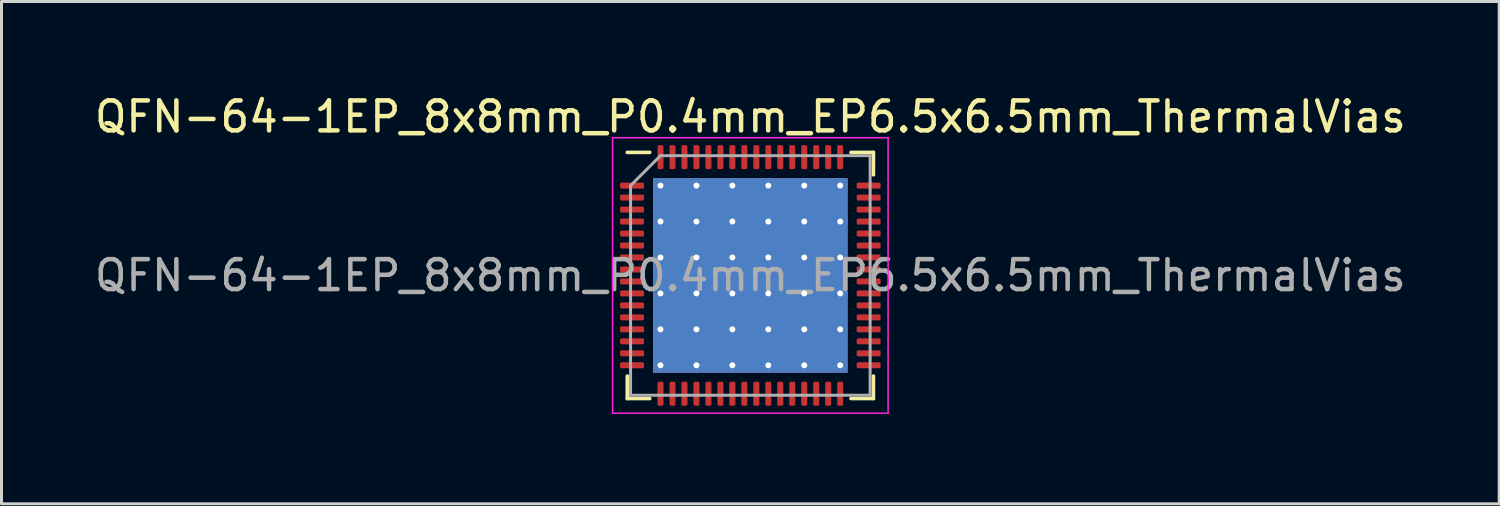
<source format=kicad_pcb>
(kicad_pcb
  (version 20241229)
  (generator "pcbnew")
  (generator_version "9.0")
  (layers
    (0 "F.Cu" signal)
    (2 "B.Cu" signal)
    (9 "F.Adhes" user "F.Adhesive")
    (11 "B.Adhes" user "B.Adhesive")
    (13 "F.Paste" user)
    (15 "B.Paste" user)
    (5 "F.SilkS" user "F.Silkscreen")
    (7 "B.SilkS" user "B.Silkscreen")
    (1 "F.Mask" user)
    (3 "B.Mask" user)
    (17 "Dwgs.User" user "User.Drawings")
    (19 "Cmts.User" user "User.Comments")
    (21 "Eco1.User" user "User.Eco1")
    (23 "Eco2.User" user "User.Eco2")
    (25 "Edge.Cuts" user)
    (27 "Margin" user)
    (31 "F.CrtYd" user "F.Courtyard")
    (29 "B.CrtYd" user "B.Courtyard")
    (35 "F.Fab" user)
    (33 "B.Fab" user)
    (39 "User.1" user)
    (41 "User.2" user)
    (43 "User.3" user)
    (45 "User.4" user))
  (footprint "QFN-64-1EP_8x8mm_P0.4mm_EP6.5x6.5mm_ThermalVias"
    (layer "F.Cu")
    (at 22.006 6.148)
    (property "Reference" "QFN-64-1EP_8x8mm_P0.4mm_EP6.5x6.5mm_ThermalVias" (at 0 -5.3 0) (layer "F.SilkS") (effects (font (size 1 1) (thickness 0.15))))
    (attr smd)
    (fp_line (start -4.11 4.11) (end -4.11 3.36) (stroke (width 0.12) (type solid)) (layer "F.SilkS"))
    (fp_line (start -3.36 -4.11) (end -4.11 -4.11) (stroke (width 0.12) (type solid)) (layer "F.SilkS"))
    (fp_line (start -3.36 4.11) (end -4.11 4.11) (stroke (width 0.12) (type solid)) (layer "F.SilkS"))
    (fp_line (start 3.36 -4.11) (end 4.11 -4.11) (stroke (width 0.12) (type solid)) (layer "F.SilkS"))
    (fp_line (start 3.36 4.11) (end 4.11 4.11) (stroke (width 0.12) (type solid)) (layer "F.SilkS"))
    (fp_line (start 4.11 -4.11) (end 4.11 -3.36) (stroke (width 0.12) (type solid)) (layer "F.SilkS"))
    (fp_line (start 4.11 4.11) (end 4.11 3.36) (stroke (width 0.12) (type solid)) (layer "F.SilkS"))
    (fp_line (start -4.6 -4.6) (end -4.6 4.6) (stroke (width 0.05) (type solid)) (layer "F.CrtYd"))
    (fp_line (start -4.6 4.6) (end 4.6 4.6) (stroke (width 0.05) (type solid)) (layer "F.CrtYd"))
    (fp_line (start 4.6 -4.6) (end -4.6 -4.6) (stroke (width 0.05) (type solid)) (layer "F.CrtYd"))
    (fp_line (start 4.6 4.6) (end 4.6 -4.6) (stroke (width 0.05) (type solid)) (layer "F.CrtYd"))
    (fp_line (start -4 -3) (end -3 -4) (stroke (width 0.1) (type solid)) (layer "F.Fab"))
    (fp_line (start -4 4) (end -4 -3) (stroke (width 0.1) (type solid)) (layer "F.Fab"))
    (fp_line (start -3 -4) (end 4 -4) (stroke (width 0.1) (type solid)) (layer "F.Fab"))
    (fp_line (start 4 -4) (end 4 4) (stroke (width 0.1) (type solid)) (layer "F.Fab"))
    (fp_line (start 4 4) (end -4 4) (stroke (width 0.1) (type solid)) (layer "F.Fab"))
    (fp_text user "${REFERENCE}" (at 0 0 0) (layer "F.Fab") (effects (font (size 1 1) (thickness 0.15))))
    (pad "" smd roundrect (at -2.4 -2.4) (size 1.007 1.007) (layers "F.Paste") (roundrect_rratio 0.248))
    (pad "" smd roundrect (at -2.4 -1.2) (size 1.007 1.007) (layers "F.Paste") (roundrect_rratio 0.248))
    (pad "" smd roundrect (at -2.4 0) (size 1.007 1.007) (layers "F.Paste") (roundrect_rratio 0.248))
    (pad "" smd roundrect (at -2.4 1.2) (size 1.007 1.007) (layers "F.Paste") (roundrect_rratio 0.248))
    (pad "" smd roundrect (at -2.4 2.4) (size 1.007 1.007) (layers "F.Paste") (roundrect_rratio 0.248))
    (pad "" smd roundrect (at -1.2 -2.4) (size 1.007 1.007) (layers "F.Paste") (roundrect_rratio 0.248))
    (pad "" smd roundrect (at -1.2 -1.2) (size 1.007 1.007) (layers "F.Paste") (roundrect_rratio 0.248))
    (pad "" smd roundrect (at -1.2 0) (size 1.007 1.007) (layers "F.Paste") (roundrect_rratio 0.248))
    (pad "" smd roundrect (at -1.2 1.2) (size 1.007 1.007) (layers "F.Paste") (roundrect_rratio 0.248))
    (pad "" smd roundrect (at -1.2 2.4) (size 1.007 1.007) (layers "F.Paste") (roundrect_rratio 0.248))
    (pad "" smd roundrect (at 0 -2.4) (size 1.007 1.007) (layers "F.Paste") (roundrect_rratio 0.248))
    (pad "" smd roundrect (at 0 -1.2) (size 1.007 1.007) (layers "F.Paste") (roundrect_rratio 0.248))
    (pad "" smd roundrect (at 0 0) (size 1.007 1.007) (layers "F.Paste") (roundrect_rratio 0.248))
    (pad "" smd roundrect (at 0 1.2) (size 1.007 1.007) (layers "F.Paste") (roundrect_rratio 0.248))
    (pad "" smd roundrect (at 0 2.4) (size 1.007 1.007) (layers "F.Paste") (roundrect_rratio 0.248))
    (pad "" smd roundrect (at 1.2 -2.4) (size 1.007 1.007) (layers "F.Paste") (roundrect_rratio 0.248))
    (pad "" smd roundrect (at 1.2 -1.2) (size 1.007 1.007) (layers "F.Paste") (roundrect_rratio 0.248))
    (pad "" smd roundrect (at 1.2 0) (size 1.007 1.007) (layers "F.Paste") (roundrect_rratio 0.248))
    (pad "" smd roundrect (at 1.2 1.2) (size 1.007 1.007) (layers "F.Paste") (roundrect_rratio 0.248))
    (pad "" smd roundrect (at 1.2 2.4) (size 1.007 1.007) (layers "F.Paste") (roundrect_rratio 0.248))
    (pad "" smd roundrect (at 2.4 -2.4) (size 1.007 1.007) (layers "F.Paste") (roundrect_rratio 0.248))
    (pad "" smd roundrect (at 2.4 -1.2) (size 1.007 1.007) (layers "F.Paste") (roundrect_rratio 0.248))
    (pad "" smd roundrect (at 2.4 0) (size 1.007 1.007) (layers "F.Paste") (roundrect_rratio 0.248))
    (pad "" smd roundrect (at 2.4 1.2) (size 1.007 1.007) (layers "F.Paste") (roundrect_rratio 0.248))
    (pad "" smd roundrect (at 2.4 2.4) (size 1.007 1.007) (layers "F.Paste") (roundrect_rratio 0.248))
    (pad "1" smd roundrect (at -3.95 -3) (size 0.8 0.2) (layers "F.Cu" "F.Mask" "F.Paste") (roundrect_rratio 0.25))
    (pad "2" smd roundrect (at -3.95 -2.6) (size 0.8 0.2) (layers "F.Cu" "F.Mask" "F.Paste") (roundrect_rratio 0.25))
    (pad "3" smd roundrect (at -3.95 -2.2) (size 0.8 0.2) (layers "F.Cu" "F.Mask" "F.Paste") (roundrect_rratio 0.25))
    (pad "4" smd roundrect (at -3.95 -1.8) (size 0.8 0.2) (layers "F.Cu" "F.Mask" "F.Paste") (roundrect_rratio 0.25))
    (pad "5" smd roundrect (at -3.95 -1.4) (size 0.8 0.2) (layers "F.Cu" "F.Mask" "F.Paste") (roundrect_rratio 0.25))
    (pad "6" smd roundrect (at -3.95 -1) (size 0.8 0.2) (layers "F.Cu" "F.Mask" "F.Paste") (roundrect_rratio 0.25))
    (pad "7" smd roundrect (at -3.95 -0.6) (size 0.8 0.2) (layers "F.Cu" "F.Mask" "F.Paste") (roundrect_rratio 0.25))
    (pad "8" smd roundrect (at -3.95 -0.2) (size 0.8 0.2) (layers "F.Cu" "F.Mask" "F.Paste") (roundrect_rratio 0.25))
    (pad "9" smd roundrect (at -3.95 0.2) (size 0.8 0.2) (layers "F.Cu" "F.Mask" "F.Paste") (roundrect_rratio 0.25))
    (pad "10" smd roundrect (at -3.95 0.6) (size 0.8 0.2) (layers "F.Cu" "F.Mask" "F.Paste") (roundrect_rratio 0.25))
    (pad "11" smd roundrect (at -3.95 1) (size 0.8 0.2) (layers "F.Cu" "F.Mask" "F.Paste") (roundrect_rratio 0.25))
    (pad "12" smd roundrect (at -3.95 1.4) (size 0.8 0.2) (layers "F.Cu" "F.Mask" "F.Paste") (roundrect_rratio 0.25))
    (pad "13" smd roundrect (at -3.95 1.8) (size 0.8 0.2) (layers "F.Cu" "F.Mask" "F.Paste") (roundrect_rratio 0.25))
    (pad "14" smd roundrect (at -3.95 2.2) (size 0.8 0.2) (layers "F.Cu" "F.Mask" "F.Paste") (roundrect_rratio 0.25))
    (pad "15" smd roundrect (at -3.95 2.6) (size 0.8 0.2) (layers "F.Cu" "F.Mask" "F.Paste") (roundrect_rratio 0.25))
    (pad "16" smd roundrect (at -3.95 3) (size 0.8 0.2) (layers "F.Cu" "F.Mask" "F.Paste") (roundrect_rratio 0.25))
    (pad "17" smd roundrect (at -3 3.95) (size 0.2 0.8) (layers "F.Cu" "F.Mask" "F.Paste") (roundrect_rratio 0.25))
    (pad "18" smd roundrect (at -2.6 3.95) (size 0.2 0.8) (layers "F.Cu" "F.Mask" "F.Paste") (roundrect_rratio 0.25))
    (pad "19" smd roundrect (at -2.2 3.95) (size 0.2 0.8) (layers "F.Cu" "F.Mask" "F.Paste") (roundrect_rratio 0.25))
    (pad "20" smd roundrect (at -1.8 3.95) (size 0.2 0.8) (layers "F.Cu" "F.Mask" "F.Paste") (roundrect_rratio 0.25))
    (pad "21" smd roundrect (at -1.4 3.95) (size 0.2 0.8) (layers "F.Cu" "F.Mask" "F.Paste") (roundrect_rratio 0.25))
    (pad "22" smd roundrect (at -1 3.95) (size 0.2 0.8) (layers "F.Cu" "F.Mask" "F.Paste") (roundrect_rratio 0.25))
    (pad "23" smd roundrect (at -0.6 3.95) (size 0.2 0.8) (layers "F.Cu" "F.Mask" "F.Paste") (roundrect_rratio 0.25))
    (pad "24" smd roundrect (at -0.2 3.95) (size 0.2 0.8) (layers "F.Cu" "F.Mask" "F.Paste") (roundrect_rratio 0.25))
    (pad "25" smd roundrect (at 0.2 3.95) (size 0.2 0.8) (layers "F.Cu" "F.Mask" "F.Paste") (roundrect_rratio 0.25))
    (pad "26" smd roundrect (at 0.6 3.95) (size 0.2 0.8) (layers "F.Cu" "F.Mask" "F.Paste") (roundrect_rratio 0.25))
    (pad "27" smd roundrect (at 1 3.95) (size 0.2 0.8) (layers "F.Cu" "F.Mask" "F.Paste") (roundrect_rratio 0.25))
    (pad "28" smd roundrect (at 1.4 3.95) (size 0.2 0.8) (layers "F.Cu" "F.Mask" "F.Paste") (roundrect_rratio 0.25))
    (pad "29" smd roundrect (at 1.8 3.95) (size 0.2 0.8) (layers "F.Cu" "F.Mask" "F.Paste") (roundrect_rratio 0.25))
    (pad "30" smd roundrect (at 2.2 3.95) (size 0.2 0.8) (layers "F.Cu" "F.Mask" "F.Paste") (roundrect_rratio 0.25))
    (pad "31" smd roundrect (at 2.6 3.95) (size 0.2 0.8) (layers "F.Cu" "F.Mask" "F.Paste") (roundrect_rratio 0.25))
    (pad "32" smd roundrect (at 3 3.95) (size 0.2 0.8) (layers "F.Cu" "F.Mask" "F.Paste") (roundrect_rratio 0.25))
    (pad "33" smd roundrect (at 3.95 3) (size 0.8 0.2) (layers "F.Cu" "F.Mask" "F.Paste") (roundrect_rratio 0.25))
    (pad "34" smd roundrect (at 3.95 2.6) (size 0.8 0.2) (layers "F.Cu" "F.Mask" "F.Paste") (roundrect_rratio 0.25))
    (pad "35" smd roundrect (at 3.95 2.2) (size 0.8 0.2) (layers "F.Cu" "F.Mask" "F.Paste") (roundrect_rratio 0.25))
    (pad "36" smd roundrect (at 3.95 1.8) (size 0.8 0.2) (layers "F.Cu" "F.Mask" "F.Paste") (roundrect_rratio 0.25))
    (pad "37" smd roundrect (at 3.95 1.4) (size 0.8 0.2) (layers "F.Cu" "F.Mask" "F.Paste") (roundrect_rratio 0.25))
    (pad "38" smd roundrect (at 3.95 1) (size 0.8 0.2) (layers "F.Cu" "F.Mask" "F.Paste") (roundrect_rratio 0.25))
    (pad "39" smd roundrect (at 3.95 0.6) (size 0.8 0.2) (layers "F.Cu" "F.Mask" "F.Paste") (roundrect_rratio 0.25))
    (pad "40" smd roundrect (at 3.95 0.2) (size 0.8 0.2) (layers "F.Cu" "F.Mask" "F.Paste") (roundrect_rratio 0.25))
    (pad "41" smd roundrect (at 3.95 -0.2) (size 0.8 0.2) (layers "F.Cu" "F.Mask" "F.Paste") (roundrect_rratio 0.25))
    (pad "42" smd roundrect (at 3.95 -0.6) (size 0.8 0.2) (layers "F.Cu" "F.Mask" "F.Paste") (roundrect_rratio 0.25))
    (pad "43" smd roundrect (at 3.95 -1) (size 0.8 0.2) (layers "F.Cu" "F.Mask" "F.Paste") (roundrect_rratio 0.25))
    (pad "44" smd roundrect (at 3.95 -1.4) (size 0.8 0.2) (layers "F.Cu" "F.Mask" "F.Paste") (roundrect_rratio 0.25))
    (pad "45" smd roundrect (at 3.95 -1.8) (size 0.8 0.2) (layers "F.Cu" "F.Mask" "F.Paste") (roundrect_rratio 0.25))
    (pad "46" smd roundrect (at 3.95 -2.2) (size 0.8 0.2) (layers "F.Cu" "F.Mask" "F.Paste") (roundrect_rratio 0.25))
    (pad "47" smd roundrect (at 3.95 -2.6) (size 0.8 0.2) (layers "F.Cu" "F.Mask" "F.Paste") (roundrect_rratio 0.25))
    (pad "48" smd roundrect (at 3.95 -3) (size 0.8 0.2) (layers "F.Cu" "F.Mask" "F.Paste") (roundrect_rratio 0.25))
    (pad "49" smd roundrect (at 3 -3.95) (size 0.2 0.8) (layers "F.Cu" "F.Mask" "F.Paste") (roundrect_rratio 0.25))
    (pad "50" smd roundrect (at 2.6 -3.95) (size 0.2 0.8) (layers "F.Cu" "F.Mask" "F.Paste") (roundrect_rratio 0.25))
    (pad "51" smd roundrect (at 2.2 -3.95) (size 0.2 0.8) (layers "F.Cu" "F.Mask" "F.Paste") (roundrect_rratio 0.25))
    (pad "52" smd roundrect (at 1.8 -3.95) (size 0.2 0.8) (layers "F.Cu" "F.Mask" "F.Paste") (roundrect_rratio 0.25))
    (pad "53" smd roundrect (at 1.4 -3.95) (size 0.2 0.8) (layers "F.Cu" "F.Mask" "F.Paste") (roundrect_rratio 0.25))
    (pad "54" smd roundrect (at 1 -3.95) (size 0.2 0.8) (layers "F.Cu" "F.Mask" "F.Paste") (roundrect_rratio 0.25))
    (pad "55" smd roundrect (at 0.6 -3.95) (size 0.2 0.8) (layers "F.Cu" "F.Mask" "F.Paste") (roundrect_rratio 0.25))
    (pad "56" smd roundrect (at 0.2 -3.95) (size 0.2 0.8) (layers "F.Cu" "F.Mask" "F.Paste") (roundrect_rratio 0.25))
    (pad "57" smd roundrect (at -0.2 -3.95) (size 0.2 0.8) (layers "F.Cu" "F.Mask" "F.Paste") (roundrect_rratio 0.25))
    (pad "58" smd roundrect (at -0.6 -3.95) (size 0.2 0.8) (layers "F.Cu" "F.Mask" "F.Paste") (roundrect_rratio 0.25))
    (pad "59" smd roundrect (at -1 -3.95) (size 0.2 0.8) (layers "F.Cu" "F.Mask" "F.Paste") (roundrect_rratio 0.25))
    (pad "60" smd roundrect (at -1.4 -3.95) (size 0.2 0.8) (layers "F.Cu" "F.Mask" "F.Paste") (roundrect_rratio 0.25))
    (pad "61" smd roundrect (at -1.8 -3.95) (size 0.2 0.8) (layers "F.Cu" "F.Mask" "F.Paste") (roundrect_rratio 0.25))
    (pad "62" smd roundrect (at -2.2 -3.95) (size 0.2 0.8) (layers "F.Cu" "F.Mask" "F.Paste") (roundrect_rratio 0.25))
    (pad "63" smd roundrect (at -2.6 -3.95) (size 0.2 0.8) (layers "F.Cu" "F.Mask" "F.Paste") (roundrect_rratio 0.25))
    (pad "64" smd roundrect (at -3 -3.95) (size 0.2 0.8) (layers "F.Cu" "F.Mask" "F.Paste") (roundrect_rratio 0.25))
    (pad "65" thru_hole circle (at -3 -3) (size 0.5 0.5) (drill 0.2) (layers "*.Cu"))
    (pad "65" thru_hole circle (at -3 -1.8) (size 0.5 0.5) (drill 0.2) (layers "*.Cu"))
    (pad "65" thru_hole circle (at -3 -0.6) (size 0.5 0.5) (drill 0.2) (layers "*.Cu"))
    (pad "65" thru_hole circle (at -3 0.6) (size 0.5 0.5) (drill 0.2) (layers "*.Cu"))
    (pad "65" thru_hole circle (at -3 1.8) (size 0.5 0.5) (drill 0.2) (layers "*.Cu"))
    (pad "65" thru_hole circle (at -3 3) (size 0.5 0.5) (drill 0.2) (layers "*.Cu"))
    (pad "65" thru_hole circle (at -1.8 -3) (size 0.5 0.5) (drill 0.2) (layers "*.Cu"))
    (pad "65" thru_hole circle (at -1.8 -1.8) (size 0.5 0.5) (drill 0.2) (layers "*.Cu"))
    (pad "65" thru_hole circle (at -1.8 -0.6) (size 0.5 0.5) (drill 0.2) (layers "*.Cu"))
    (pad "65" thru_hole circle (at -1.8 0.6) (size 0.5 0.5) (drill 0.2) (layers "*.Cu"))
    (pad "65" thru_hole circle (at -1.8 1.8) (size 0.5 0.5) (drill 0.2) (layers "*.Cu"))
    (pad "65" thru_hole circle (at -1.8 3) (size 0.5 0.5) (drill 0.2) (layers "*.Cu"))
    (pad "65" thru_hole circle (at -0.6 -3) (size 0.5 0.5) (drill 0.2) (layers "*.Cu"))
    (pad "65" thru_hole circle (at -0.6 -1.8) (size 0.5 0.5) (drill 0.2) (layers "*.Cu"))
    (pad "65" thru_hole circle (at -0.6 -0.6) (size 0.5 0.5) (drill 0.2) (layers "*.Cu"))
    (pad "65" thru_hole circle (at -0.6 0.6) (size 0.5 0.5) (drill 0.2) (layers "*.Cu"))
    (pad "65" thru_hole circle (at -0.6 1.8) (size 0.5 0.5) (drill 0.2) (layers "*.Cu"))
    (pad "65" thru_hole circle (at -0.6 3) (size 0.5 0.5) (drill 0.2) (layers "*.Cu"))
    (pad "65" smd rect (at 0 0) (size 6.5 6.5) (layers "F.Cu" "F.Mask"))
    (pad "65" smd rect (at 0 0) (size 6.5 6.5) (layers "B.Cu"))
    (pad "65" thru_hole circle (at 0.6 -3) (size 0.5 0.5) (drill 0.2) (layers "*.Cu"))
    (pad "65" thru_hole circle (at 0.6 -1.8) (size 0.5 0.5) (drill 0.2) (layers "*.Cu"))
    (pad "65" thru_hole circle (at 0.6 -0.6) (size 0.5 0.5) (drill 0.2) (layers "*.Cu"))
    (pad "65" thru_hole circle (at 0.6 0.6) (size 0.5 0.5) (drill 0.2) (layers "*.Cu"))
    (pad "65" thru_hole circle (at 0.6 1.8) (size 0.5 0.5) (drill 0.2) (layers "*.Cu"))
    (pad "65" thru_hole circle (at 0.6 3) (size 0.5 0.5) (drill 0.2) (layers "*.Cu"))
    (pad "65" thru_hole circle (at 1.8 -3) (size 0.5 0.5) (drill 0.2) (layers "*.Cu"))
    (pad "65" thru_hole circle (at 1.8 -1.8) (size 0.5 0.5) (drill 0.2) (layers "*.Cu"))
    (pad "65" thru_hole circle (at 1.8 -0.6) (size 0.5 0.5) (drill 0.2) (layers "*.Cu"))
    (pad "65" thru_hole circle (at 1.8 0.6) (size 0.5 0.5) (drill 0.2) (layers "*.Cu"))
    (pad "65" thru_hole circle (at 1.8 1.8) (size 0.5 0.5) (drill 0.2) (layers "*.Cu"))
    (pad "65" thru_hole circle (at 1.8 3) (size 0.5 0.5) (drill 0.2) (layers "*.Cu"))
    (pad "65" thru_hole circle (at 3 -3) (size 0.5 0.5) (drill 0.2) (layers "*.Cu"))
    (pad "65" thru_hole circle (at 3 -1.8) (size 0.5 0.5) (drill 0.2) (layers "*.Cu"))
    (pad "65" thru_hole circle (at 3 -0.6) (size 0.5 0.5) (drill 0.2) (layers "*.Cu"))
    (pad "65" thru_hole circle (at 3 0.6) (size 0.5 0.5) (drill 0.2) (layers "*.Cu"))
    (pad "65" thru_hole circle (at 3 1.8) (size 0.5 0.5) (drill 0.2) (layers "*.Cu"))
    (pad "65" thru_hole circle (at 3 3) (size 0.5 0.5) (drill 0.2) (layers "*.Cu")))
  (gr_rect
    (start -3 -3)
    (end 47.012 13.773)
    (stroke (width 0.1) (type default))
    (fill no)
    (layer "Edge.Cuts")))
</source>
